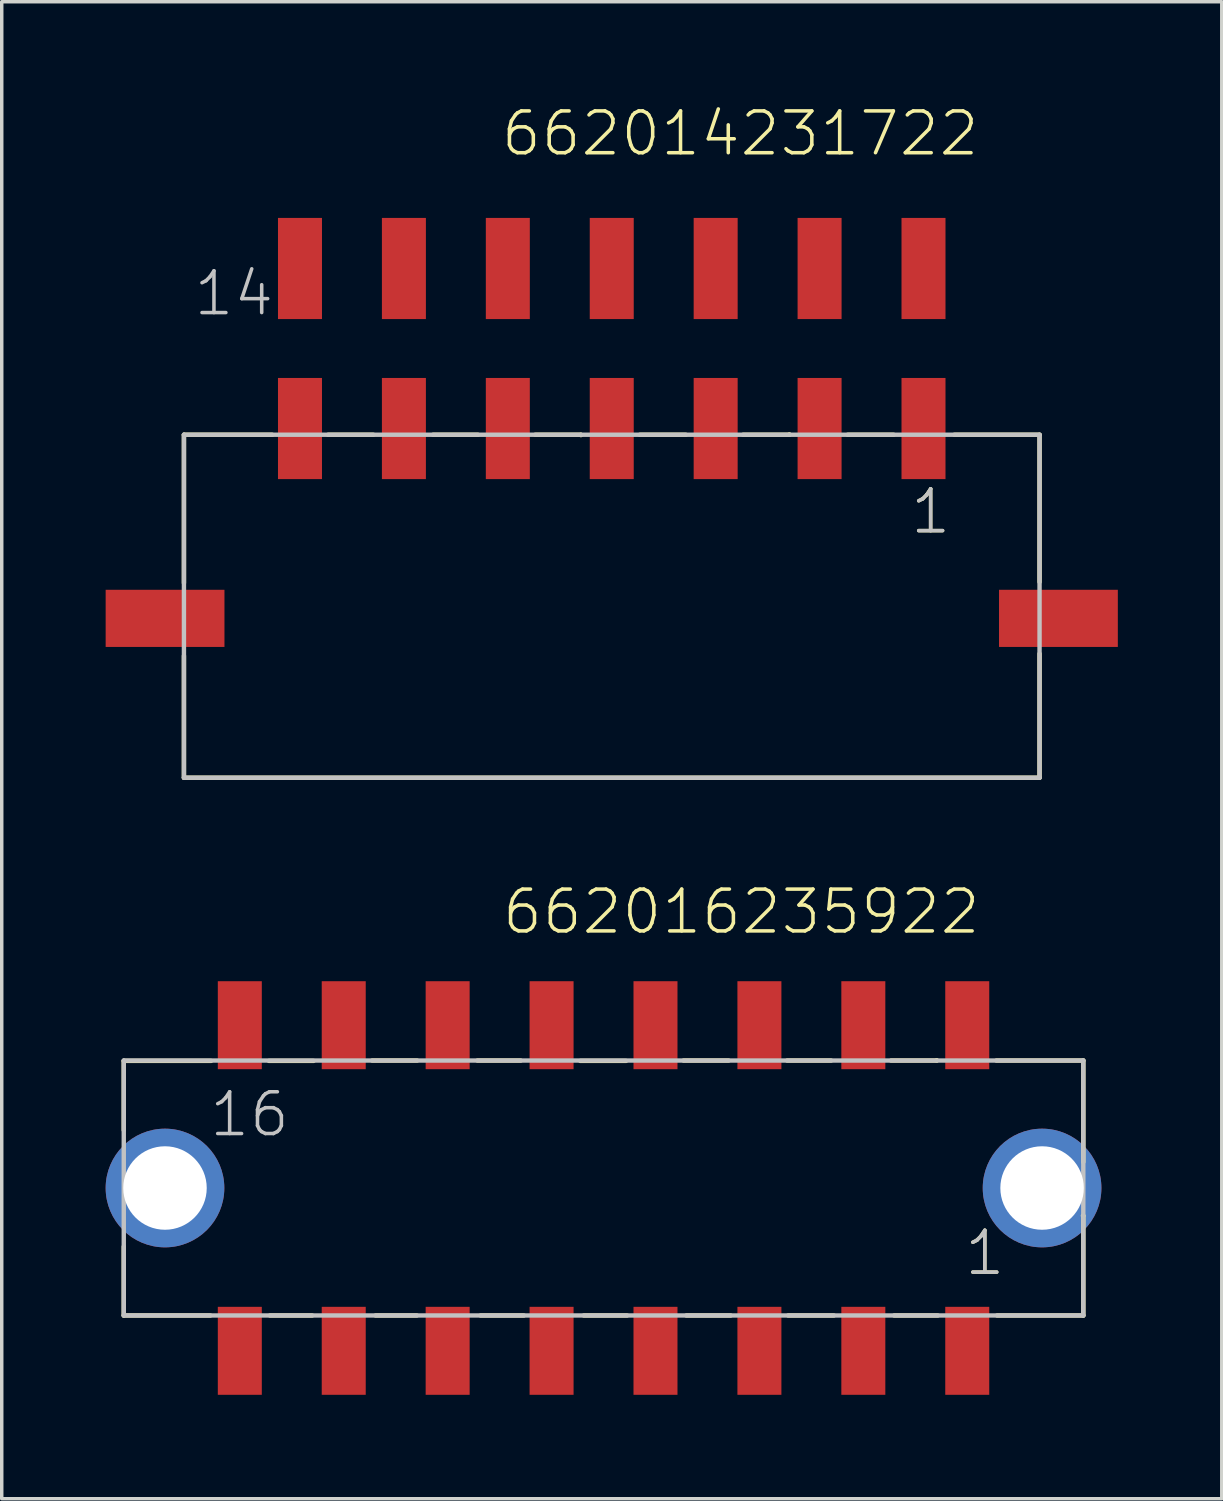
<source format=kicad_pcb>
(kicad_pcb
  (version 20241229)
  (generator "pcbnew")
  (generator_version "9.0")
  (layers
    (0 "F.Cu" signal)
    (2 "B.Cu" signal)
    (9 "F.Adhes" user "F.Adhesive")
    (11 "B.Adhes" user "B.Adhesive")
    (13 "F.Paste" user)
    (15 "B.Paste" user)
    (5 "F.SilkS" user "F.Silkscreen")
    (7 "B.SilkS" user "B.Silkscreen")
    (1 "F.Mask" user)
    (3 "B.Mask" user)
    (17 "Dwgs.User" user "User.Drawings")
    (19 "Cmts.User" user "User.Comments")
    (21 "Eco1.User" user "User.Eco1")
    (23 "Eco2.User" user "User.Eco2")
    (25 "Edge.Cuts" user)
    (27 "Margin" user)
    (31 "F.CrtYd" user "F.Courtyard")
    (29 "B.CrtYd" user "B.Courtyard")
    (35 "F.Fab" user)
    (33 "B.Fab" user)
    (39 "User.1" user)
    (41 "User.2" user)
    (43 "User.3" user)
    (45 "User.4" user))
  (footprint "662016235922"
    (layer "F.Cu")
    (at 14.373 31.246)
    (property "Reference" "662016235922" (at -2.98 -7.27 0) (layer "F.SilkS") (effects (font (size 1.206 1.206) (thickness 0.102)) (justify left bottom)))
    (attr through_hole)
    (fp_line (start -13.85 -3.67) (end -13.85 -1.67) (stroke (width 0.127) (type solid)) (layer "F.SilkS"))
    (fp_line (start -13.85 1.69) (end -13.85 3.68) (stroke (width 0.127) (type solid)) (layer "F.SilkS"))
    (fp_line (start -13.85 3.68) (end -11.35 3.68) (stroke (width 0.127) (type solid)) (layer "F.SilkS"))
    (fp_line (start -11.33 -3.67) (end -13.85 -3.67) (stroke (width 0.127) (type solid)) (layer "F.SilkS"))
    (fp_line (start -9.66 -3.67) (end -8.37 -3.67) (stroke (width 0.127) (type solid)) (layer "F.SilkS"))
    (fp_line (start -8.41 3.68) (end -9.63 3.68) (stroke (width 0.127) (type solid)) (layer "F.SilkS"))
    (fp_line (start -6.68 -3.68) (end -5.38 -3.68) (stroke (width 0.127) (type solid)) (layer "F.SilkS"))
    (fp_line (start -5.39 3.68) (end -6.58 3.68) (stroke (width 0.127) (type solid)) (layer "F.SilkS"))
    (fp_line (start -3.64 -3.68) (end -2.39 -3.68) (stroke (width 0.127) (type solid)) (layer "F.SilkS"))
    (fp_line (start -2.3 3.68) (end -3.55 3.68) (stroke (width 0.127) (type solid)) (layer "F.SilkS"))
    (fp_line (start -0.67 -3.67) (end 0.65 -3.67) (stroke (width 0.127) (type solid)) (layer "F.SilkS"))
    (fp_line (start 0.68 3.68) (end -0.57 3.68) (stroke (width 0.127) (type solid)) (layer "F.SilkS"))
    (fp_line (start 2.31 -3.68) (end 3.61 -3.68) (stroke (width 0.127) (type solid)) (layer "F.SilkS"))
    (fp_line (start 3.67 3.68) (end 2.39 3.68) (stroke (width 0.127) (type solid)) (layer "F.SilkS"))
    (fp_line (start 5.3 -3.68) (end 6.57 -3.68) (stroke (width 0.127) (type solid)) (layer "F.SilkS"))
    (fp_line (start 6.65 3.68) (end 5.33 3.68) (stroke (width 0.127) (type solid)) (layer "F.SilkS"))
    (fp_line (start 8.3 -3.68) (end 9.62 -3.68) (stroke (width 0.127) (type solid)) (layer "F.SilkS"))
    (fp_line (start 9.62 -3.68) (end 9.62 -3.69) (stroke (width 0.127) (type solid)) (layer "F.SilkS"))
    (fp_line (start 9.65 3.68) (end 8.39 3.68) (stroke (width 0.127) (type solid)) (layer "F.SilkS"))
    (fp_line (start 11.34 -3.68) (end 13.85 -3.68) (stroke (width 0.127) (type solid)) (layer "F.SilkS"))
    (fp_line (start 13.84 0.8) (end 13.85 0.8) (stroke (width 0.127) (type solid)) (layer "F.SilkS"))
    (fp_line (start 13.85 -3.68) (end 13.85 -0.75) (stroke (width 0.127) (type solid)) (layer "F.SilkS"))
    (fp_line (start 13.85 0.8) (end 13.85 3.68) (stroke (width 0.127) (type solid)) (layer "F.SilkS"))
    (fp_line (start 13.85 3.68) (end 11.36 3.68) (stroke (width 0.127) (type solid)) (layer "F.SilkS"))
    (fp_line (start -13.85 -3.68) (end 13.85 -3.68) (stroke (width 0.127) (type solid)) (layer "Dwgs.User"))
    (fp_line (start -13.85 3.68) (end -13.85 -3.68) (stroke (width 0.127) (type solid)) (layer "Dwgs.User"))
    (fp_line (start 13.85 -3.68) (end 13.85 3.68) (stroke (width 0.127) (type solid)) (layer "Dwgs.User"))
    (fp_line (start 13.85 3.68) (end -13.85 3.68) (stroke (width 0.127) (type solid)) (layer "Dwgs.User"))
    (fp_text user "1" (at 10.365 2.58 0) (layer "F.SilkS") (effects (font (size 1.206 1.206) (thickness 0.102)) (justify left bottom)))
    (fp_text user "1" (at 10.365 2.58 0) (layer "Dwgs.User") (effects (font (size 1.206 1.206) (thickness 0.102)) (justify left bottom)))
    (fp_text user "16" (at -11.435 -1.42 0) (layer "Dwgs.User") (effects (font (size 1.206 1.206) (thickness 0.102)) (justify left bottom)))
    (pad "1" smd rect (at 10.5 4.7 90) (size 2.54 1.27) (layers "F.Cu" "F.Mask" "F.Paste"))
    (pad "2" smd rect (at 7.5 4.7 90) (size 2.54 1.27) (layers "F.Cu" "F.Mask" "F.Paste"))
    (pad "3" smd rect (at 4.5 4.7 90) (size 2.54 1.27) (layers "F.Cu" "F.Mask" "F.Paste"))
    (pad "4" smd rect (at 1.5 4.7 90) (size 2.54 1.27) (layers "F.Cu" "F.Mask" "F.Paste"))
    (pad "5" smd rect (at -1.5 4.7 90) (size 2.54 1.27) (layers "F.Cu" "F.Mask" "F.Paste"))
    (pad "6" smd rect (at -4.5 4.7 90) (size 2.54 1.27) (layers "F.Cu" "F.Mask" "F.Paste"))
    (pad "7" smd rect (at -7.5 4.7 90) (size 2.54 1.27) (layers "F.Cu" "F.Mask" "F.Paste"))
    (pad "8" smd rect (at -10.5 4.7 90) (size 2.54 1.27) (layers "F.Cu" "F.Mask" "F.Paste"))
    (pad "9" smd rect (at 10.5 -4.7 90) (size 2.54 1.27) (layers "F.Cu" "F.Mask" "F.Paste"))
    (pad "10" smd rect (at 7.5 -4.7 90) (size 2.54 1.27) (layers "F.Cu" "F.Mask" "F.Paste"))
    (pad "11" smd rect (at 4.5 -4.7 90) (size 2.54 1.27) (layers "F.Cu" "F.Mask" "F.Paste"))
    (pad "12" smd rect (at 1.5 -4.7 90) (size 2.54 1.27) (layers "F.Cu" "F.Mask" "F.Paste"))
    (pad "13" smd rect (at -1.5 -4.7 90) (size 2.54 1.27) (layers "F.Cu" "F.Mask" "F.Paste"))
    (pad "14" smd rect (at -4.5 -4.7 90) (size 2.54 1.27) (layers "F.Cu" "F.Mask" "F.Paste"))
    (pad "15" smd rect (at -7.5 -4.7 90) (size 2.54 1.27) (layers "F.Cu" "F.Mask" "F.Paste"))
    (pad "16" smd rect (at -10.5 -4.7 90) (size 2.54 1.27) (layers "F.Cu" "F.Mask" "F.Paste"))
    (pad "Z1" thru_hole circle (at -12.66 0) (size 3.426 3.426) (drill 2.41) (layers "*.Cu" "*.Mask"))
    (pad "Z2" thru_hole circle (at 12.66 0 90) (size 3.426 3.426) (drill 2.41) (layers "*.Cu" "*.Mask")))
  (footprint "662014231722"
    (layer "F.Cu")
    (at 14.61 14.801)
    (property "Reference" "662014231722" (at -3.25 -13.29 0) (layer "F.SilkS") (effects (font (size 1.206 1.206) (thickness 0.102)) (justify left bottom)))
    (attr through_hole)
    (fp_line (start -12.35 -5.3) (end -12.35 -1.02) (stroke (width 0.127) (type solid)) (layer "F.SilkS"))
    (fp_line (start -12.35 1.08) (end -12.35 4.6) (stroke (width 0.127) (type solid)) (layer "F.SilkS"))
    (fp_line (start -12.35 4.6) (end 12.35 4.6) (stroke (width 0.127) (type solid)) (layer "F.SilkS"))
    (fp_line (start -9.8 -5.3) (end -12.35 -5.3) (stroke (width 0.127) (type solid)) (layer "F.SilkS"))
    (fp_line (start -8.19 -5.3) (end -6.88 -5.3) (stroke (width 0.127) (type solid)) (layer "F.SilkS"))
    (fp_line (start -5.16 -5.3) (end -3.86 -5.3) (stroke (width 0.127) (type solid)) (layer "F.SilkS"))
    (fp_line (start -2.21 -5.3) (end -0.89 -5.3) (stroke (width 0.127) (type solid)) (layer "F.SilkS"))
    (fp_line (start -0.89 -5.3) (end -0.89 -5.29) (stroke (width 0.127) (type solid)) (layer "F.SilkS"))
    (fp_line (start 0.81 -5.3) (end 2.14 -5.3) (stroke (width 0.127) (type solid)) (layer "F.SilkS"))
    (fp_line (start 3.79 -5.3) (end 5.13 -5.3) (stroke (width 0.127) (type solid)) (layer "F.SilkS"))
    (fp_line (start 5.13 -5.3) (end 5.13 -5.31) (stroke (width 0.127) (type solid)) (layer "F.SilkS"))
    (fp_line (start 6.81 -5.3) (end 8.14 -5.3) (stroke (width 0.127) (type solid)) (layer "F.SilkS"))
    (fp_line (start 9.89 -5.3) (end 12.35 -5.3) (stroke (width 0.127) (type solid)) (layer "F.SilkS"))
    (fp_line (start 12.35 -5.3) (end 12.35 -1.05) (stroke (width 0.127) (type solid)) (layer "F.SilkS"))
    (fp_line (start 12.35 4.6) (end 12.35 1.02) (stroke (width 0.127) (type solid)) (layer "F.SilkS"))
    (fp_line (start -12.35 -5.3) (end 12.35 -5.3) (stroke (width 0.127) (type solid)) (layer "Dwgs.User"))
    (fp_line (start -12.35 4.6) (end -12.35 -5.3) (stroke (width 0.127) (type solid)) (layer "Dwgs.User"))
    (fp_line (start 12.35 -5.3) (end 12.35 4.6) (stroke (width 0.127) (type solid)) (layer "Dwgs.User"))
    (fp_line (start 12.35 4.6) (end -12.35 4.6) (stroke (width 0.127) (type solid)) (layer "Dwgs.User"))
    (fp_text user "1" (at 8.565 -2.38 0) (layer "F.SilkS") (effects (font (size 1.206 1.206) (thickness 0.102)) (justify left bottom)))
    (fp_text user "14" (at -12.125 -8.675 0) (layer "Dwgs.User") (effects (font (size 1.206 1.206) (thickness 0.102)) (justify left bottom)))
    (fp_text user "1" (at 8.565 -2.38 0) (layer "Dwgs.User") (effects (font (size 1.206 1.206) (thickness 0.102)) (justify left bottom)))
    (pad "1" smd rect (at 9 -5.48 90) (size 2.92 1.27) (layers "F.Cu" "F.Mask" "F.Paste"))
    (pad "2" smd rect (at 6 -5.48 90) (size 2.92 1.27) (layers "F.Cu" "F.Mask" "F.Paste"))
    (pad "3" smd rect (at 3 -5.48 90) (size 2.92 1.27) (layers "F.Cu" "F.Mask" "F.Paste"))
    (pad "4" smd rect (at 0 -5.48 90) (size 2.92 1.27) (layers "F.Cu" "F.Mask" "F.Paste"))
    (pad "5" smd rect (at -3 -5.48 90) (size 2.92 1.27) (layers "F.Cu" "F.Mask" "F.Paste"))
    (pad "6" smd rect (at -6 -5.48 90) (size 2.92 1.27) (layers "F.Cu" "F.Mask" "F.Paste"))
    (pad "7" smd rect (at -9 -5.48 90) (size 2.92 1.27) (layers "F.Cu" "F.Mask" "F.Paste"))
    (pad "8" smd rect (at 9 -10.1 90) (size 2.92 1.27) (layers "F.Cu" "F.Mask" "F.Paste"))
    (pad "9" smd rect (at 6 -10.1 90) (size 2.92 1.27) (layers "F.Cu" "F.Mask" "F.Paste"))
    (pad "10" smd rect (at 3 -10.1 90) (size 2.92 1.27) (layers "F.Cu" "F.Mask" "F.Paste"))
    (pad "11" smd rect (at 0 -10.1 90) (size 2.92 1.27) (layers "F.Cu" "F.Mask" "F.Paste"))
    (pad "12" smd rect (at -3 -10.1 90) (size 2.92 1.27) (layers "F.Cu" "F.Mask" "F.Paste"))
    (pad "13" smd rect (at -6 -10.1 90) (size 2.92 1.27) (layers "F.Cu" "F.Mask" "F.Paste"))
    (pad "14" smd rect (at -9 -10.1 90) (size 2.92 1.27) (layers "F.Cu" "F.Mask" "F.Paste"))
    (pad "M1" smd rect (at 12.895 0) (size 3.43 1.65) (layers "F.Cu" "F.Mask" "F.Paste"))
    (pad "M2" smd rect (at -12.895 0) (size 3.43 1.65) (layers "F.Cu" "F.Mask" "F.Paste")))
  (gr_rect
    (start -3 -3)
    (end 32.22 40.216)
    (stroke (width 0.1) (type default))
    (fill no)
    (layer "Edge.Cuts")))
</source>
